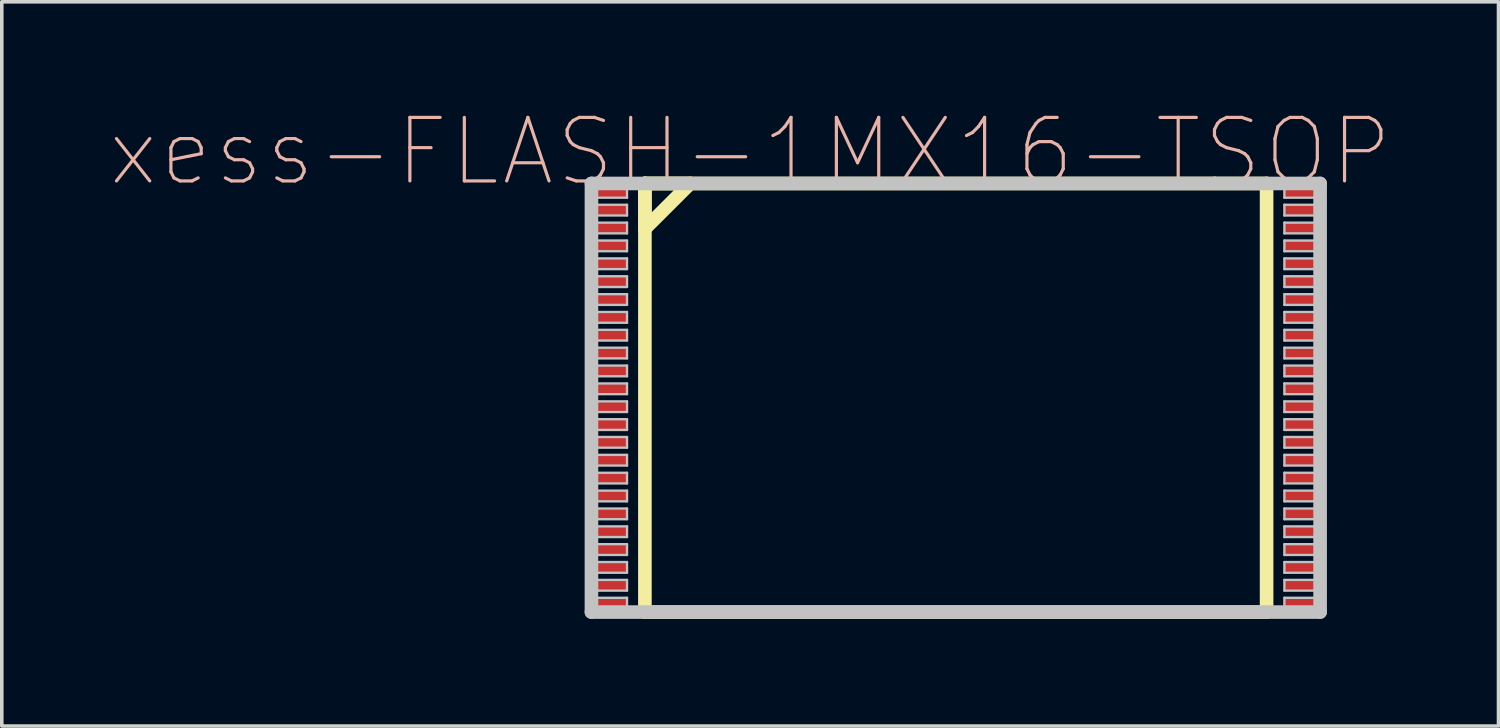
<source format=kicad_pcb>
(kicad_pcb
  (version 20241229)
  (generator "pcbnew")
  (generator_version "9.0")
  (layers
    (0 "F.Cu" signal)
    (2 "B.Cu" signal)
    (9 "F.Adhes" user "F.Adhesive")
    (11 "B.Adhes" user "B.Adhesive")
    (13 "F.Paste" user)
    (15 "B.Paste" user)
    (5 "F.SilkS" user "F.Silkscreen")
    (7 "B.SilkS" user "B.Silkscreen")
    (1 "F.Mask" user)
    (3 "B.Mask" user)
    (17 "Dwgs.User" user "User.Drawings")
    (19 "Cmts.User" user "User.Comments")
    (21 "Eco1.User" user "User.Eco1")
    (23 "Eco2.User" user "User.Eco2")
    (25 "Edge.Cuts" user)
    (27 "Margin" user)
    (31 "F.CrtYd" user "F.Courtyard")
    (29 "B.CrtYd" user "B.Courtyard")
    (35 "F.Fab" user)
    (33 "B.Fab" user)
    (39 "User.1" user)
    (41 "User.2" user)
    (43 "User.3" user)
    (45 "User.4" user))
  (footprint "xess-FLASH-1MX16-TSOP"
    (layer "F.Cu")
    (at 14.003 2.334)
    (property "Reference" "xess-FLASH-1MX16-TSOP" (at 3.945 -1.138 0) (layer "B.SilkS") (effects (font (size 1.778 1.778) (thickness 0.089))))
    (attr smd)
    (fp_line (start 0.998 -0.249) (end 0.998 1.019) (stroke (width 0.381) (type solid)) (layer "F.SilkS"))
    (fp_line (start 0.998 -0.249) (end 0.998 11.748) (stroke (width 0.381) (type solid)) (layer "F.SilkS"))
    (fp_line (start 0.998 1.019) (end 2.268 -0.249) (stroke (width 0.381) (type solid)) (layer "F.SilkS"))
    (fp_line (start 0.998 11.748) (end 18.4 11.748) (stroke (width 0.381) (type solid)) (layer "F.SilkS"))
    (fp_line (start 2.268 -0.249) (end 0.998 -0.249) (stroke (width 0.381) (type solid)) (layer "F.SilkS"))
    (fp_line (start 18.4 -0.249) (end 0.998 -0.249) (stroke (width 0.381) (type solid)) (layer "F.SilkS"))
    (fp_line (start 18.4 11.748) (end 18.4 -0.249) (stroke (width 0.381) (type solid)) (layer "F.SilkS"))
    (fp_line (start -0.498 -0.249) (end -0.498 11.748) (stroke (width 0.381) (type solid)) (layer "Dwgs.User"))
    (fp_line (start -0.498 -0.15) (end 0.498 -0.15) (stroke (width 0.066) (type solid)) (layer "Dwgs.User"))
    (fp_line (start -0.498 0.15) (end -0.498 -0.15) (stroke (width 0.066) (type solid)) (layer "Dwgs.User"))
    (fp_line (start -0.498 0.15) (end 0.498 0.15) (stroke (width 0.066) (type solid)) (layer "Dwgs.User"))
    (fp_line (start -0.498 0.348) (end 0.498 0.348) (stroke (width 0.066) (type solid)) (layer "Dwgs.User"))
    (fp_line (start -0.498 0.648) (end -0.498 0.348) (stroke (width 0.066) (type solid)) (layer "Dwgs.User"))
    (fp_line (start -0.498 0.648) (end 0.498 0.648) (stroke (width 0.066) (type solid)) (layer "Dwgs.User"))
    (fp_line (start -0.498 0.848) (end 0.498 0.848) (stroke (width 0.066) (type solid)) (layer "Dwgs.User"))
    (fp_line (start -0.498 1.148) (end -0.498 0.848) (stroke (width 0.066) (type solid)) (layer "Dwgs.User"))
    (fp_line (start -0.498 1.148) (end 0.498 1.148) (stroke (width 0.066) (type solid)) (layer "Dwgs.User"))
    (fp_line (start -0.498 1.349) (end 0.498 1.349) (stroke (width 0.066) (type solid)) (layer "Dwgs.User"))
    (fp_line (start -0.498 1.648) (end -0.498 1.349) (stroke (width 0.066) (type solid)) (layer "Dwgs.User"))
    (fp_line (start -0.498 1.648) (end 0.498 1.648) (stroke (width 0.066) (type solid)) (layer "Dwgs.User"))
    (fp_line (start -0.498 1.849) (end 0.498 1.849) (stroke (width 0.066) (type solid)) (layer "Dwgs.User"))
    (fp_line (start -0.498 2.149) (end -0.498 1.849) (stroke (width 0.066) (type solid)) (layer "Dwgs.User"))
    (fp_line (start -0.498 2.149) (end 0.498 2.149) (stroke (width 0.066) (type solid)) (layer "Dwgs.User"))
    (fp_line (start -0.498 2.349) (end 0.498 2.349) (stroke (width 0.066) (type solid)) (layer "Dwgs.User"))
    (fp_line (start -0.498 2.649) (end -0.498 2.349) (stroke (width 0.066) (type solid)) (layer "Dwgs.User"))
    (fp_line (start -0.498 2.649) (end 0.498 2.649) (stroke (width 0.066) (type solid)) (layer "Dwgs.User"))
    (fp_line (start -0.498 2.85) (end 0.498 2.85) (stroke (width 0.066) (type solid)) (layer "Dwgs.User"))
    (fp_line (start -0.498 3.15) (end -0.498 2.85) (stroke (width 0.066) (type solid)) (layer "Dwgs.User"))
    (fp_line (start -0.498 3.15) (end 0.498 3.15) (stroke (width 0.066) (type solid)) (layer "Dwgs.User"))
    (fp_line (start -0.498 3.348) (end 0.498 3.348) (stroke (width 0.066) (type solid)) (layer "Dwgs.User"))
    (fp_line (start -0.498 3.65) (end -0.498 3.348) (stroke (width 0.066) (type solid)) (layer "Dwgs.User"))
    (fp_line (start -0.498 3.65) (end 0.498 3.65) (stroke (width 0.066) (type solid)) (layer "Dwgs.User"))
    (fp_line (start -0.498 3.848) (end 0.498 3.848) (stroke (width 0.066) (type solid)) (layer "Dwgs.User"))
    (fp_line (start -0.498 4.148) (end -0.498 3.848) (stroke (width 0.066) (type solid)) (layer "Dwgs.User"))
    (fp_line (start -0.498 4.148) (end 0.498 4.148) (stroke (width 0.066) (type solid)) (layer "Dwgs.User"))
    (fp_line (start -0.498 4.348) (end 0.498 4.348) (stroke (width 0.066) (type solid)) (layer "Dwgs.User"))
    (fp_line (start -0.498 4.648) (end -0.498 4.348) (stroke (width 0.066) (type solid)) (layer "Dwgs.User"))
    (fp_line (start -0.498 4.648) (end 0.498 4.648) (stroke (width 0.066) (type solid)) (layer "Dwgs.User"))
    (fp_line (start -0.498 4.849) (end 0.498 4.849) (stroke (width 0.066) (type solid)) (layer "Dwgs.User"))
    (fp_line (start -0.498 5.149) (end -0.498 4.849) (stroke (width 0.066) (type solid)) (layer "Dwgs.User"))
    (fp_line (start -0.498 5.149) (end 0.498 5.149) (stroke (width 0.066) (type solid)) (layer "Dwgs.User"))
    (fp_line (start -0.498 5.349) (end 0.498 5.349) (stroke (width 0.066) (type solid)) (layer "Dwgs.User"))
    (fp_line (start -0.498 5.649) (end -0.498 5.349) (stroke (width 0.066) (type solid)) (layer "Dwgs.User"))
    (fp_line (start -0.498 5.649) (end 0.498 5.649) (stroke (width 0.066) (type solid)) (layer "Dwgs.User"))
    (fp_line (start -0.498 5.85) (end 0.498 5.85) (stroke (width 0.066) (type solid)) (layer "Dwgs.User"))
    (fp_line (start -0.498 6.149) (end -0.498 5.85) (stroke (width 0.066) (type solid)) (layer "Dwgs.User"))
    (fp_line (start -0.498 6.149) (end 0.498 6.149) (stroke (width 0.066) (type solid)) (layer "Dwgs.User"))
    (fp_line (start -0.498 6.35) (end 0.498 6.35) (stroke (width 0.066) (type solid)) (layer "Dwgs.User"))
    (fp_line (start -0.498 6.65) (end -0.498 6.35) (stroke (width 0.066) (type solid)) (layer "Dwgs.User"))
    (fp_line (start -0.498 6.65) (end 0.498 6.65) (stroke (width 0.066) (type solid)) (layer "Dwgs.User"))
    (fp_line (start -0.498 6.848) (end 0.498 6.848) (stroke (width 0.066) (type solid)) (layer "Dwgs.User"))
    (fp_line (start -0.498 7.148) (end -0.498 6.848) (stroke (width 0.066) (type solid)) (layer "Dwgs.User"))
    (fp_line (start -0.498 7.148) (end 0.498 7.148) (stroke (width 0.066) (type solid)) (layer "Dwgs.User"))
    (fp_line (start -0.498 7.348) (end 0.498 7.348) (stroke (width 0.066) (type solid)) (layer "Dwgs.User"))
    (fp_line (start -0.498 7.648) (end -0.498 7.348) (stroke (width 0.066) (type solid)) (layer "Dwgs.User"))
    (fp_line (start -0.498 7.648) (end 0.498 7.648) (stroke (width 0.066) (type solid)) (layer "Dwgs.User"))
    (fp_line (start -0.498 7.849) (end 0.498 7.849) (stroke (width 0.066) (type solid)) (layer "Dwgs.User"))
    (fp_line (start -0.498 8.148) (end -0.498 7.849) (stroke (width 0.066) (type solid)) (layer "Dwgs.User"))
    (fp_line (start -0.498 8.148) (end 0.498 8.148) (stroke (width 0.066) (type solid)) (layer "Dwgs.User"))
    (fp_line (start -0.498 8.349) (end 0.498 8.349) (stroke (width 0.066) (type solid)) (layer "Dwgs.User"))
    (fp_line (start -0.498 8.649) (end -0.498 8.349) (stroke (width 0.066) (type solid)) (layer "Dwgs.User"))
    (fp_line (start -0.498 8.649) (end 0.498 8.649) (stroke (width 0.066) (type solid)) (layer "Dwgs.User"))
    (fp_line (start -0.498 8.849) (end 0.498 8.849) (stroke (width 0.066) (type solid)) (layer "Dwgs.User"))
    (fp_line (start -0.498 9.149) (end -0.498 8.849) (stroke (width 0.066) (type solid)) (layer "Dwgs.User"))
    (fp_line (start -0.498 9.149) (end 0.498 9.149) (stroke (width 0.066) (type solid)) (layer "Dwgs.User"))
    (fp_line (start -0.498 9.35) (end 0.498 9.35) (stroke (width 0.066) (type solid)) (layer "Dwgs.User"))
    (fp_line (start -0.498 9.649) (end -0.498 9.35) (stroke (width 0.066) (type solid)) (layer "Dwgs.User"))
    (fp_line (start -0.498 9.649) (end 0.498 9.649) (stroke (width 0.066) (type solid)) (layer "Dwgs.User"))
    (fp_line (start -0.498 9.848) (end 0.498 9.848) (stroke (width 0.066) (type solid)) (layer "Dwgs.User"))
    (fp_line (start -0.498 10.15) (end -0.498 9.848) (stroke (width 0.066) (type solid)) (layer "Dwgs.User"))
    (fp_line (start -0.498 10.15) (end 0.498 10.15) (stroke (width 0.066) (type solid)) (layer "Dwgs.User"))
    (fp_line (start -0.498 10.348) (end 0.498 10.348) (stroke (width 0.066) (type solid)) (layer "Dwgs.User"))
    (fp_line (start -0.498 10.648) (end -0.498 10.348) (stroke (width 0.066) (type solid)) (layer "Dwgs.User"))
    (fp_line (start -0.498 10.648) (end 0.498 10.648) (stroke (width 0.066) (type solid)) (layer "Dwgs.User"))
    (fp_line (start -0.498 10.848) (end 0.498 10.848) (stroke (width 0.066) (type solid)) (layer "Dwgs.User"))
    (fp_line (start -0.498 11.148) (end -0.498 10.848) (stroke (width 0.066) (type solid)) (layer "Dwgs.User"))
    (fp_line (start -0.498 11.148) (end 0.498 11.148) (stroke (width 0.066) (type solid)) (layer "Dwgs.User"))
    (fp_line (start -0.498 11.349) (end 0.498 11.349) (stroke (width 0.066) (type solid)) (layer "Dwgs.User"))
    (fp_line (start -0.498 11.648) (end -0.498 11.349) (stroke (width 0.066) (type solid)) (layer "Dwgs.User"))
    (fp_line (start -0.498 11.648) (end 0.498 11.648) (stroke (width 0.066) (type solid)) (layer "Dwgs.User"))
    (fp_line (start -0.498 11.748) (end 19.898 11.748) (stroke (width 0.381) (type solid)) (layer "Dwgs.User"))
    (fp_line (start 0.498 0.15) (end 0.498 -0.15) (stroke (width 0.066) (type solid)) (layer "Dwgs.User"))
    (fp_line (start 0.498 0.648) (end 0.498 0.348) (stroke (width 0.066) (type solid)) (layer "Dwgs.User"))
    (fp_line (start 0.498 1.148) (end 0.498 0.848) (stroke (width 0.066) (type solid)) (layer "Dwgs.User"))
    (fp_line (start 0.498 1.648) (end 0.498 1.349) (stroke (width 0.066) (type solid)) (layer "Dwgs.User"))
    (fp_line (start 0.498 2.149) (end 0.498 1.849) (stroke (width 0.066) (type solid)) (layer "Dwgs.User"))
    (fp_line (start 0.498 2.649) (end 0.498 2.349) (stroke (width 0.066) (type solid)) (layer "Dwgs.User"))
    (fp_line (start 0.498 3.15) (end 0.498 2.85) (stroke (width 0.066) (type solid)) (layer "Dwgs.User"))
    (fp_line (start 0.498 3.65) (end 0.498 3.348) (stroke (width 0.066) (type solid)) (layer "Dwgs.User"))
    (fp_line (start 0.498 4.148) (end 0.498 3.848) (stroke (width 0.066) (type solid)) (layer "Dwgs.User"))
    (fp_line (start 0.498 4.648) (end 0.498 4.348) (stroke (width 0.066) (type solid)) (layer "Dwgs.User"))
    (fp_line (start 0.498 5.149) (end 0.498 4.849) (stroke (width 0.066) (type solid)) (layer "Dwgs.User"))
    (fp_line (start 0.498 5.649) (end 0.498 5.349) (stroke (width 0.066) (type solid)) (layer "Dwgs.User"))
    (fp_line (start 0.498 6.149) (end 0.498 5.85) (stroke (width 0.066) (type solid)) (layer "Dwgs.User"))
    (fp_line (start 0.498 6.65) (end 0.498 6.35) (stroke (width 0.066) (type solid)) (layer "Dwgs.User"))
    (fp_line (start 0.498 7.148) (end 0.498 6.848) (stroke (width 0.066) (type solid)) (layer "Dwgs.User"))
    (fp_line (start 0.498 7.648) (end 0.498 7.348) (stroke (width 0.066) (type solid)) (layer "Dwgs.User"))
    (fp_line (start 0.498 8.148) (end 0.498 7.849) (stroke (width 0.066) (type solid)) (layer "Dwgs.User"))
    (fp_line (start 0.498 8.649) (end 0.498 8.349) (stroke (width 0.066) (type solid)) (layer "Dwgs.User"))
    (fp_line (start 0.498 9.149) (end 0.498 8.849) (stroke (width 0.066) (type solid)) (layer "Dwgs.User"))
    (fp_line (start 0.498 9.649) (end 0.498 9.35) (stroke (width 0.066) (type solid)) (layer "Dwgs.User"))
    (fp_line (start 0.498 10.15) (end 0.498 9.848) (stroke (width 0.066) (type solid)) (layer "Dwgs.User"))
    (fp_line (start 0.498 10.648) (end 0.498 10.348) (stroke (width 0.066) (type solid)) (layer "Dwgs.User"))
    (fp_line (start 0.498 11.148) (end 0.498 10.848) (stroke (width 0.066) (type solid)) (layer "Dwgs.User"))
    (fp_line (start 0.498 11.648) (end 0.498 11.349) (stroke (width 0.066) (type solid)) (layer "Dwgs.User"))
    (fp_line (start 18.898 -0.15) (end 19.898 -0.15) (stroke (width 0.066) (type solid)) (layer "Dwgs.User"))
    (fp_line (start 18.898 0.15) (end 18.898 -0.15) (stroke (width 0.066) (type solid)) (layer "Dwgs.User"))
    (fp_line (start 18.898 0.15) (end 19.898 0.15) (stroke (width 0.066) (type solid)) (layer "Dwgs.User"))
    (fp_line (start 18.898 0.348) (end 19.898 0.348) (stroke (width 0.066) (type solid)) (layer "Dwgs.User"))
    (fp_line (start 18.898 0.648) (end 18.898 0.348) (stroke (width 0.066) (type solid)) (layer "Dwgs.User"))
    (fp_line (start 18.898 0.648) (end 19.898 0.648) (stroke (width 0.066) (type solid)) (layer "Dwgs.User"))
    (fp_line (start 18.898 0.848) (end 19.898 0.848) (stroke (width 0.066) (type solid)) (layer "Dwgs.User"))
    (fp_line (start 18.898 1.148) (end 18.898 0.848) (stroke (width 0.066) (type solid)) (layer "Dwgs.User"))
    (fp_line (start 18.898 1.148) (end 19.898 1.148) (stroke (width 0.066) (type solid)) (layer "Dwgs.User"))
    (fp_line (start 18.898 1.349) (end 19.898 1.349) (stroke (width 0.066) (type solid)) (layer "Dwgs.User"))
    (fp_line (start 18.898 1.648) (end 18.898 1.349) (stroke (width 0.066) (type solid)) (layer "Dwgs.User"))
    (fp_line (start 18.898 1.648) (end 19.898 1.648) (stroke (width 0.066) (type solid)) (layer "Dwgs.User"))
    (fp_line (start 18.898 1.849) (end 19.898 1.849) (stroke (width 0.066) (type solid)) (layer "Dwgs.User"))
    (fp_line (start 18.898 2.149) (end 18.898 1.849) (stroke (width 0.066) (type solid)) (layer "Dwgs.User"))
    (fp_line (start 18.898 2.149) (end 19.898 2.149) (stroke (width 0.066) (type solid)) (layer "Dwgs.User"))
    (fp_line (start 18.898 2.349) (end 19.898 2.349) (stroke (width 0.066) (type solid)) (layer "Dwgs.User"))
    (fp_line (start 18.898 2.649) (end 18.898 2.349) (stroke (width 0.066) (type solid)) (layer "Dwgs.User"))
    (fp_line (start 18.898 2.649) (end 19.898 2.649) (stroke (width 0.066) (type solid)) (layer "Dwgs.User"))
    (fp_line (start 18.898 2.85) (end 19.898 2.85) (stroke (width 0.066) (type solid)) (layer "Dwgs.User"))
    (fp_line (start 18.898 3.15) (end 18.898 2.85) (stroke (width 0.066) (type solid)) (layer "Dwgs.User"))
    (fp_line (start 18.898 3.15) (end 19.898 3.15) (stroke (width 0.066) (type solid)) (layer "Dwgs.User"))
    (fp_line (start 18.898 3.348) (end 19.898 3.348) (stroke (width 0.066) (type solid)) (layer "Dwgs.User"))
    (fp_line (start 18.898 3.65) (end 18.898 3.348) (stroke (width 0.066) (type solid)) (layer "Dwgs.User"))
    (fp_line (start 18.898 3.65) (end 19.898 3.65) (stroke (width 0.066) (type solid)) (layer "Dwgs.User"))
    (fp_line (start 18.898 3.848) (end 19.898 3.848) (stroke (width 0.066) (type solid)) (layer "Dwgs.User"))
    (fp_line (start 18.898 4.148) (end 18.898 3.848) (stroke (width 0.066) (type solid)) (layer "Dwgs.User"))
    (fp_line (start 18.898 4.148) (end 19.898 4.148) (stroke (width 0.066) (type solid)) (layer "Dwgs.User"))
    (fp_line (start 18.898 4.348) (end 19.898 4.348) (stroke (width 0.066) (type solid)) (layer "Dwgs.User"))
    (fp_line (start 18.898 4.648) (end 18.898 4.348) (stroke (width 0.066) (type solid)) (layer "Dwgs.User"))
    (fp_line (start 18.898 4.648) (end 19.898 4.648) (stroke (width 0.066) (type solid)) (layer "Dwgs.User"))
    (fp_line (start 18.898 4.849) (end 19.898 4.849) (stroke (width 0.066) (type solid)) (layer "Dwgs.User"))
    (fp_line (start 18.898 5.149) (end 18.898 4.849) (stroke (width 0.066) (type solid)) (layer "Dwgs.User"))
    (fp_line (start 18.898 5.149) (end 19.898 5.149) (stroke (width 0.066) (type solid)) (layer "Dwgs.User"))
    (fp_line (start 18.898 5.349) (end 19.898 5.349) (stroke (width 0.066) (type solid)) (layer "Dwgs.User"))
    (fp_line (start 18.898 5.649) (end 18.898 5.349) (stroke (width 0.066) (type solid)) (layer "Dwgs.User"))
    (fp_line (start 18.898 5.649) (end 19.898 5.649) (stroke (width 0.066) (type solid)) (layer "Dwgs.User"))
    (fp_line (start 18.898 5.85) (end 19.898 5.85) (stroke (width 0.066) (type solid)) (layer "Dwgs.User"))
    (fp_line (start 18.898 6.149) (end 18.898 5.85) (stroke (width 0.066) (type solid)) (layer "Dwgs.User"))
    (fp_line (start 18.898 6.149) (end 19.898 6.149) (stroke (width 0.066) (type solid)) (layer "Dwgs.User"))
    (fp_line (start 18.898 6.35) (end 19.898 6.35) (stroke (width 0.066) (type solid)) (layer "Dwgs.User"))
    (fp_line (start 18.898 6.65) (end 18.898 6.35) (stroke (width 0.066) (type solid)) (layer "Dwgs.User"))
    (fp_line (start 18.898 6.65) (end 19.898 6.65) (stroke (width 0.066) (type solid)) (layer "Dwgs.User"))
    (fp_line (start 18.898 6.848) (end 19.898 6.848) (stroke (width 0.066) (type solid)) (layer "Dwgs.User"))
    (fp_line (start 18.898 7.148) (end 18.898 6.848) (stroke (width 0.066) (type solid)) (layer "Dwgs.User"))
    (fp_line (start 18.898 7.148) (end 19.898 7.148) (stroke (width 0.066) (type solid)) (layer "Dwgs.User"))
    (fp_line (start 18.898 7.348) (end 19.898 7.348) (stroke (width 0.066) (type solid)) (layer "Dwgs.User"))
    (fp_line (start 18.898 7.648) (end 18.898 7.348) (stroke (width 0.066) (type solid)) (layer "Dwgs.User"))
    (fp_line (start 18.898 7.648) (end 19.898 7.648) (stroke (width 0.066) (type solid)) (layer "Dwgs.User"))
    (fp_line (start 18.898 7.849) (end 19.898 7.849) (stroke (width 0.066) (type solid)) (layer "Dwgs.User"))
    (fp_line (start 18.898 8.148) (end 18.898 7.849) (stroke (width 0.066) (type solid)) (layer "Dwgs.User"))
    (fp_line (start 18.898 8.148) (end 19.898 8.148) (stroke (width 0.066) (type solid)) (layer "Dwgs.User"))
    (fp_line (start 18.898 8.349) (end 19.898 8.349) (stroke (width 0.066) (type solid)) (layer "Dwgs.User"))
    (fp_line (start 18.898 8.649) (end 18.898 8.349) (stroke (width 0.066) (type solid)) (layer "Dwgs.User"))
    (fp_line (start 18.898 8.649) (end 19.898 8.649) (stroke (width 0.066) (type solid)) (layer "Dwgs.User"))
    (fp_line (start 18.898 8.849) (end 19.898 8.849) (stroke (width 0.066) (type solid)) (layer "Dwgs.User"))
    (fp_line (start 18.898 9.149) (end 18.898 8.849) (stroke (width 0.066) (type solid)) (layer "Dwgs.User"))
    (fp_line (start 18.898 9.149) (end 19.898 9.149) (stroke (width 0.066) (type solid)) (layer "Dwgs.User"))
    (fp_line (start 18.898 9.35) (end 19.898 9.35) (stroke (width 0.066) (type solid)) (layer "Dwgs.User"))
    (fp_line (start 18.898 9.649) (end 18.898 9.35) (stroke (width 0.066) (type solid)) (layer "Dwgs.User"))
    (fp_line (start 18.898 9.649) (end 19.898 9.649) (stroke (width 0.066) (type solid)) (layer "Dwgs.User"))
    (fp_line (start 18.898 9.848) (end 19.898 9.848) (stroke (width 0.066) (type solid)) (layer "Dwgs.User"))
    (fp_line (start 18.898 10.15) (end 18.898 9.848) (stroke (width 0.066) (type solid)) (layer "Dwgs.User"))
    (fp_line (start 18.898 10.15) (end 19.898 10.15) (stroke (width 0.066) (type solid)) (layer "Dwgs.User"))
    (fp_line (start 18.898 10.348) (end 19.898 10.348) (stroke (width 0.066) (type solid)) (layer "Dwgs.User"))
    (fp_line (start 18.898 10.648) (end 18.898 10.348) (stroke (width 0.066) (type solid)) (layer "Dwgs.User"))
    (fp_line (start 18.898 10.648) (end 19.898 10.648) (stroke (width 0.066) (type solid)) (layer "Dwgs.User"))
    (fp_line (start 18.898 10.848) (end 19.898 10.848) (stroke (width 0.066) (type solid)) (layer "Dwgs.User"))
    (fp_line (start 18.898 11.148) (end 18.898 10.848) (stroke (width 0.066) (type solid)) (layer "Dwgs.User"))
    (fp_line (start 18.898 11.148) (end 19.898 11.148) (stroke (width 0.066) (type solid)) (layer "Dwgs.User"))
    (fp_line (start 18.898 11.349) (end 19.898 11.349) (stroke (width 0.066) (type solid)) (layer "Dwgs.User"))
    (fp_line (start 18.898 11.648) (end 18.898 11.349) (stroke (width 0.066) (type solid)) (layer "Dwgs.User"))
    (fp_line (start 18.898 11.648) (end 19.898 11.648) (stroke (width 0.066) (type solid)) (layer "Dwgs.User"))
    (fp_line (start 19.898 -0.249) (end -0.498 -0.249) (stroke (width 0.381) (type solid)) (layer "Dwgs.User"))
    (fp_line (start 19.898 0.15) (end 19.898 -0.15) (stroke (width 0.066) (type solid)) (layer "Dwgs.User"))
    (fp_line (start 19.898 0.648) (end 19.898 0.348) (stroke (width 0.066) (type solid)) (layer "Dwgs.User"))
    (fp_line (start 19.898 1.148) (end 19.898 0.848) (stroke (width 0.066) (type solid)) (layer "Dwgs.User"))
    (fp_line (start 19.898 1.648) (end 19.898 1.349) (stroke (width 0.066) (type solid)) (layer "Dwgs.User"))
    (fp_line (start 19.898 2.149) (end 19.898 1.849) (stroke (width 0.066) (type solid)) (layer "Dwgs.User"))
    (fp_line (start 19.898 2.649) (end 19.898 2.349) (stroke (width 0.066) (type solid)) (layer "Dwgs.User"))
    (fp_line (start 19.898 3.15) (end 19.898 2.85) (stroke (width 0.066) (type solid)) (layer "Dwgs.User"))
    (fp_line (start 19.898 3.65) (end 19.898 3.348) (stroke (width 0.066) (type solid)) (layer "Dwgs.User"))
    (fp_line (start 19.898 4.148) (end 19.898 3.848) (stroke (width 0.066) (type solid)) (layer "Dwgs.User"))
    (fp_line (start 19.898 4.648) (end 19.898 4.348) (stroke (width 0.066) (type solid)) (layer "Dwgs.User"))
    (fp_line (start 19.898 5.149) (end 19.898 4.849) (stroke (width 0.066) (type solid)) (layer "Dwgs.User"))
    (fp_line (start 19.898 5.649) (end 19.898 5.349) (stroke (width 0.066) (type solid)) (layer "Dwgs.User"))
    (fp_line (start 19.898 6.149) (end 19.898 5.85) (stroke (width 0.066) (type solid)) (layer "Dwgs.User"))
    (fp_line (start 19.898 6.65) (end 19.898 6.35) (stroke (width 0.066) (type solid)) (layer "Dwgs.User"))
    (fp_line (start 19.898 7.148) (end 19.898 6.848) (stroke (width 0.066) (type solid)) (layer "Dwgs.User"))
    (fp_line (start 19.898 7.648) (end 19.898 7.348) (stroke (width 0.066) (type solid)) (layer "Dwgs.User"))
    (fp_line (start 19.898 8.148) (end 19.898 7.849) (stroke (width 0.066) (type solid)) (layer "Dwgs.User"))
    (fp_line (start 19.898 8.649) (end 19.898 8.349) (stroke (width 0.066) (type solid)) (layer "Dwgs.User"))
    (fp_line (start 19.898 9.149) (end 19.898 8.849) (stroke (width 0.066) (type solid)) (layer "Dwgs.User"))
    (fp_line (start 19.898 9.649) (end 19.898 9.35) (stroke (width 0.066) (type solid)) (layer "Dwgs.User"))
    (fp_line (start 19.898 10.15) (end 19.898 9.848) (stroke (width 0.066) (type solid)) (layer "Dwgs.User"))
    (fp_line (start 19.898 10.648) (end 19.898 10.348) (stroke (width 0.066) (type solid)) (layer "Dwgs.User"))
    (fp_line (start 19.898 11.148) (end 19.898 10.848) (stroke (width 0.066) (type solid)) (layer "Dwgs.User"))
    (fp_line (start 19.898 11.648) (end 19.898 11.349) (stroke (width 0.066) (type solid)) (layer "Dwgs.User"))
    (fp_line (start 19.898 11.748) (end 19.898 -0.249) (stroke (width 0.381) (type solid)) (layer "Dwgs.User"))
    (pad "1" smd rect (at 0 0) (size 0.998 0.3) (layers "F.Cu" "F.Mask" "F.Paste"))
    (pad "2" smd rect (at 0 0.498) (size 0.998 0.3) (layers "F.Cu" "F.Mask" "F.Paste"))
    (pad "3" smd rect (at 0 0.998) (size 0.998 0.3) (layers "F.Cu" "F.Mask" "F.Paste"))
    (pad "4" smd rect (at 0 1.499) (size 0.998 0.3) (layers "F.Cu" "F.Mask" "F.Paste"))
    (pad "5" smd rect (at 0 1.999) (size 0.998 0.3) (layers "F.Cu" "F.Mask" "F.Paste"))
    (pad "6" smd rect (at 0 2.499) (size 0.998 0.3) (layers "F.Cu" "F.Mask" "F.Paste"))
    (pad "7" smd rect (at 0 3) (size 0.998 0.3) (layers "F.Cu" "F.Mask" "F.Paste"))
    (pad "8" smd rect (at 0 3.498) (size 0.998 0.3) (layers "F.Cu" "F.Mask" "F.Paste"))
    (pad "9" smd rect (at 0 3.998) (size 0.998 0.3) (layers "F.Cu" "F.Mask" "F.Paste"))
    (pad "10" smd rect (at 0 4.498) (size 0.998 0.3) (layers "F.Cu" "F.Mask" "F.Paste"))
    (pad "11" smd rect (at 0 4.999) (size 0.998 0.3) (layers "F.Cu" "F.Mask" "F.Paste"))
    (pad "12" smd rect (at 0 5.499) (size 0.998 0.3) (layers "F.Cu" "F.Mask" "F.Paste"))
    (pad "13" smd rect (at 0 5.999) (size 0.998 0.3) (layers "F.Cu" "F.Mask" "F.Paste"))
    (pad "14" smd rect (at 0 6.5) (size 0.998 0.3) (layers "F.Cu" "F.Mask" "F.Paste"))
    (pad "15" smd rect (at 0 6.998) (size 0.998 0.3) (layers "F.Cu" "F.Mask" "F.Paste"))
    (pad "16" smd rect (at 0 7.498) (size 0.998 0.3) (layers "F.Cu" "F.Mask" "F.Paste"))
    (pad "17" smd rect (at 0 7.998) (size 0.998 0.3) (layers "F.Cu" "F.Mask" "F.Paste"))
    (pad "18" smd rect (at 0 8.499) (size 0.998 0.3) (layers "F.Cu" "F.Mask" "F.Paste"))
    (pad "19" smd rect (at 0 8.999) (size 0.998 0.3) (layers "F.Cu" "F.Mask" "F.Paste"))
    (pad "20" smd rect (at 0 9.5) (size 0.998 0.3) (layers "F.Cu" "F.Mask" "F.Paste"))
    (pad "21" smd rect (at 0 10) (size 0.998 0.3) (layers "F.Cu" "F.Mask" "F.Paste"))
    (pad "22" smd rect (at 0 10.498) (size 0.998 0.3) (layers "F.Cu" "F.Mask" "F.Paste"))
    (pad "23" smd rect (at 0 10.998) (size 0.998 0.3) (layers "F.Cu" "F.Mask" "F.Paste"))
    (pad "24" smd rect (at 0 11.499) (size 0.998 0.3) (layers "F.Cu" "F.Mask" "F.Paste"))
    (pad "25" smd rect (at 19.398 11.499) (size 0.998 0.3) (layers "F.Cu" "F.Mask" "F.Paste"))
    (pad "26" smd rect (at 19.398 10.998) (size 0.998 0.3) (layers "F.Cu" "F.Mask" "F.Paste"))
    (pad "27" smd rect (at 19.398 10.498) (size 0.998 0.3) (layers "F.Cu" "F.Mask" "F.Paste"))
    (pad "28" smd rect (at 19.398 10) (size 0.998 0.3) (layers "F.Cu" "F.Mask" "F.Paste"))
    (pad "29" smd rect (at 19.398 9.5) (size 0.998 0.3) (layers "F.Cu" "F.Mask" "F.Paste"))
    (pad "30" smd rect (at 19.398 8.999) (size 0.998 0.3) (layers "F.Cu" "F.Mask" "F.Paste"))
    (pad "31" smd rect (at 19.398 8.499) (size 0.998 0.3) (layers "F.Cu" "F.Mask" "F.Paste"))
    (pad "32" smd rect (at 19.398 7.998) (size 0.998 0.3) (layers "F.Cu" "F.Mask" "F.Paste"))
    (pad "33" smd rect (at 19.398 7.498) (size 0.998 0.3) (layers "F.Cu" "F.Mask" "F.Paste"))
    (pad "34" smd rect (at 19.398 6.998) (size 0.998 0.3) (layers "F.Cu" "F.Mask" "F.Paste"))
    (pad "35" smd rect (at 19.398 6.5) (size 0.998 0.3) (layers "F.Cu" "F.Mask" "F.Paste"))
    (pad "36" smd rect (at 19.398 5.999) (size 0.998 0.3) (layers "F.Cu" "F.Mask" "F.Paste"))
    (pad "37" smd rect (at 19.398 5.499) (size 0.998 0.3) (layers "F.Cu" "F.Mask" "F.Paste"))
    (pad "38" smd rect (at 19.398 4.999) (size 0.998 0.3) (layers "F.Cu" "F.Mask" "F.Paste"))
    (pad "39" smd rect (at 19.398 4.498) (size 0.998 0.3) (layers "F.Cu" "F.Mask" "F.Paste"))
    (pad "40" smd rect (at 19.398 3.998) (size 0.998 0.3) (layers "F.Cu" "F.Mask" "F.Paste"))
    (pad "41" smd rect (at 19.398 3.498) (size 0.998 0.3) (layers "F.Cu" "F.Mask" "F.Paste"))
    (pad "42" smd rect (at 19.398 3) (size 0.998 0.3) (layers "F.Cu" "F.Mask" "F.Paste"))
    (pad "43" smd rect (at 19.398 2.499) (size 0.998 0.3) (layers "F.Cu" "F.Mask" "F.Paste"))
    (pad "44" smd rect (at 19.398 1.999) (size 0.998 0.3) (layers "F.Cu" "F.Mask" "F.Paste"))
    (pad "45" smd rect (at 19.398 1.499) (size 0.998 0.3) (layers "F.Cu" "F.Mask" "F.Paste"))
    (pad "46" smd rect (at 19.398 0.998) (size 0.998 0.3) (layers "F.Cu" "F.Mask" "F.Paste"))
    (pad "47" smd rect (at 19.398 0.498) (size 0.998 0.3) (layers "F.Cu" "F.Mask" "F.Paste"))
    (pad "48" smd rect (at 19.398 0) (size 0.998 0.3) (layers "F.Cu" "F.Mask" "F.Paste")))
  (gr_rect
    (start -3 -3)
    (end 38.894 17.272)
    (stroke (width 0.1) (type default))
    (fill no)
    (layer "Edge.Cuts")))
</source>
